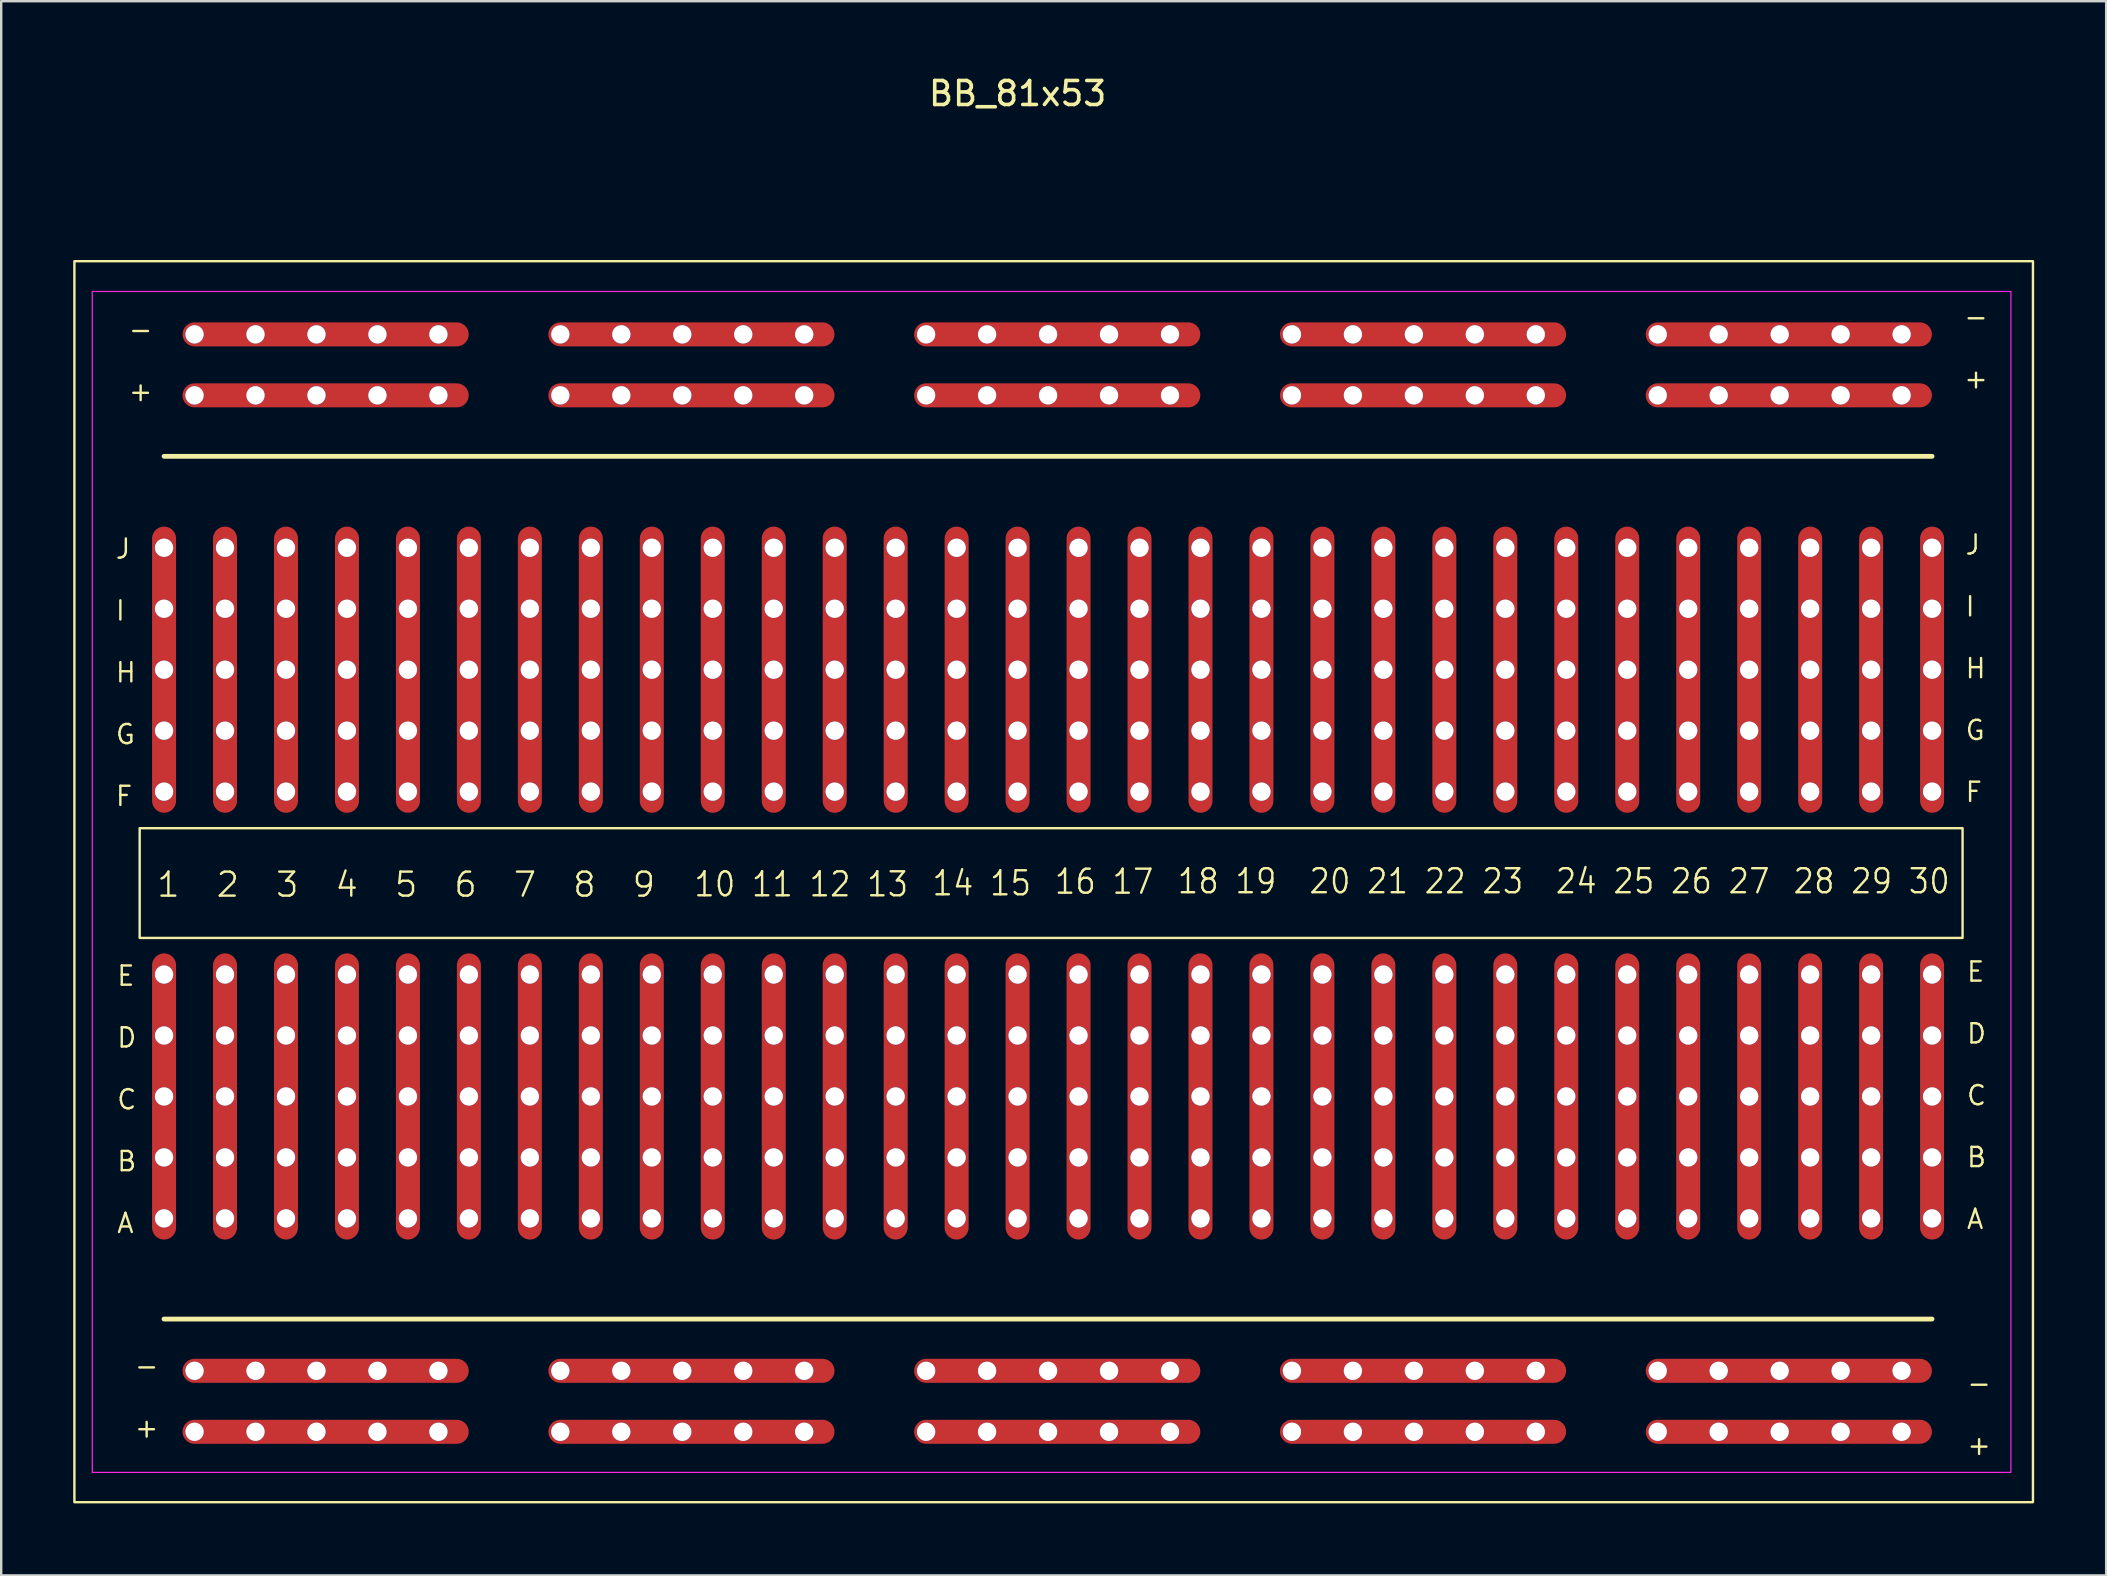
<source format=kicad_pcb>
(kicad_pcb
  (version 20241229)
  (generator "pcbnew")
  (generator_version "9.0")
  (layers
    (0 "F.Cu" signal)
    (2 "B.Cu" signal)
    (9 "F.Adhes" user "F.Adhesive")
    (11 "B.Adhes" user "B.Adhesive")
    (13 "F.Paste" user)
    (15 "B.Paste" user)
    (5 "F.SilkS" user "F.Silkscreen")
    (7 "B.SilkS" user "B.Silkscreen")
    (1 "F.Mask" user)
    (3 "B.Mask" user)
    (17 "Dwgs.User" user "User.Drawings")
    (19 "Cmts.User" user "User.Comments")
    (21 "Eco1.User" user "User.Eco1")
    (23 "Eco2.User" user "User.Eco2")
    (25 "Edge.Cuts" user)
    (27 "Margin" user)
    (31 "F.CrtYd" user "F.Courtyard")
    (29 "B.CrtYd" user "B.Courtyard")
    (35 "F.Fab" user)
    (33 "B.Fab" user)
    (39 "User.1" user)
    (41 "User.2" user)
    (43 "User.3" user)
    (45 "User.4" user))
  (footprint "BB_81x53"
    (layer "F.Cu")
    (at 3.785 19.771)
    (property "Reference" "BB_81x53" (at 35.56 -18.923 0) (layer "F.SilkS") (effects (font (size 1 1) (thickness 0.15))))
    (attr through_hole)
    (fp_line (start 0 -0.381) (end 0 10.541) (stroke (width 1) (type default)) (layer "F.Cu"))
    (fp_line (start 0 17.399) (end 0 28.321) (stroke (width 1) (type default)) (layer "F.Cu"))
    (fp_line (start 1.27 -8.89) (end 12.192 -8.89) (stroke (width 1) (type default)) (layer "F.Cu"))
    (fp_line (start 1.27 -6.35) (end 12.192 -6.35) (stroke (width 1) (type default)) (layer "F.Cu"))
    (fp_line (start 1.27 34.29) (end 12.192 34.29) (stroke (width 1) (type default)) (layer "F.Cu"))
    (fp_line (start 1.27 36.83) (end 12.192 36.83) (stroke (width 1) (type default)) (layer "F.Cu"))
    (fp_line (start 2.54 -0.381) (end 2.54 10.541) (stroke (width 1) (type default)) (layer "F.Cu"))
    (fp_line (start 2.54 17.399) (end 2.54 28.321) (stroke (width 1) (type default)) (layer "F.Cu"))
    (fp_line (start 5.08 -0.381) (end 5.08 10.541) (stroke (width 1) (type default)) (layer "F.Cu"))
    (fp_line (start 5.08 17.399) (end 5.08 28.321) (stroke (width 1) (type default)) (layer "F.Cu"))
    (fp_line (start 7.62 -0.381) (end 7.62 10.541) (stroke (width 1) (type default)) (layer "F.Cu"))
    (fp_line (start 7.62 17.399) (end 7.62 28.321) (stroke (width 1) (type default)) (layer "F.Cu"))
    (fp_line (start 10.16 -0.381) (end 10.16 10.541) (stroke (width 1) (type default)) (layer "F.Cu"))
    (fp_line (start 10.16 17.399) (end 10.16 28.321) (stroke (width 1) (type default)) (layer "F.Cu"))
    (fp_line (start 12.7 -0.381) (end 12.7 10.541) (stroke (width 1) (type default)) (layer "F.Cu"))
    (fp_line (start 12.7 17.399) (end 12.7 28.321) (stroke (width 1) (type default)) (layer "F.Cu"))
    (fp_line (start 15.24 -0.381) (end 15.24 10.541) (stroke (width 1) (type default)) (layer "F.Cu"))
    (fp_line (start 15.24 17.399) (end 15.24 28.321) (stroke (width 1) (type default)) (layer "F.Cu"))
    (fp_line (start 16.51 -8.89) (end 27.432 -8.89) (stroke (width 1) (type default)) (layer "F.Cu"))
    (fp_line (start 16.51 -6.35) (end 27.432 -6.35) (stroke (width 1) (type default)) (layer "F.Cu"))
    (fp_line (start 16.51 34.29) (end 27.432 34.29) (stroke (width 1) (type default)) (layer "F.Cu"))
    (fp_line (start 16.51 36.83) (end 27.432 36.83) (stroke (width 1) (type default)) (layer "F.Cu"))
    (fp_line (start 17.78 -0.381) (end 17.78 10.541) (stroke (width 1) (type default)) (layer "F.Cu"))
    (fp_line (start 17.78 17.399) (end 17.78 28.321) (stroke (width 1) (type default)) (layer "F.Cu"))
    (fp_line (start 20.32 -0.381) (end 20.32 10.541) (stroke (width 1) (type default)) (layer "F.Cu"))
    (fp_line (start 20.32 17.399) (end 20.32 28.321) (stroke (width 1) (type default)) (layer "F.Cu"))
    (fp_line (start 22.86 -0.381) (end 22.86 10.541) (stroke (width 1) (type default)) (layer "F.Cu"))
    (fp_line (start 22.86 17.399) (end 22.86 28.321) (stroke (width 1) (type default)) (layer "F.Cu"))
    (fp_line (start 25.4 -0.381) (end 25.4 10.541) (stroke (width 1) (type default)) (layer "F.Cu"))
    (fp_line (start 25.4 17.399) (end 25.4 28.321) (stroke (width 1) (type default)) (layer "F.Cu"))
    (fp_line (start 27.94 -0.381) (end 27.94 10.541) (stroke (width 1) (type default)) (layer "F.Cu"))
    (fp_line (start 27.94 17.399) (end 27.94 28.321) (stroke (width 1) (type default)) (layer "F.Cu"))
    (fp_line (start 30.48 -0.381) (end 30.48 10.541) (stroke (width 1) (type default)) (layer "F.Cu"))
    (fp_line (start 30.48 17.399) (end 30.48 28.321) (stroke (width 1) (type default)) (layer "F.Cu"))
    (fp_line (start 31.75 -8.89) (end 42.672 -8.89) (stroke (width 1) (type default)) (layer "F.Cu"))
    (fp_line (start 31.75 -6.35) (end 42.672 -6.35) (stroke (width 1) (type default)) (layer "F.Cu"))
    (fp_line (start 31.75 34.29) (end 42.672 34.29) (stroke (width 1) (type default)) (layer "F.Cu"))
    (fp_line (start 31.75 36.83) (end 42.672 36.83) (stroke (width 1) (type default)) (layer "F.Cu"))
    (fp_line (start 33.02 -0.381) (end 33.02 10.541) (stroke (width 1) (type default)) (layer "F.Cu"))
    (fp_line (start 33.02 17.399) (end 33.02 28.321) (stroke (width 1) (type default)) (layer "F.Cu"))
    (fp_line (start 35.56 -0.381) (end 35.56 10.541) (stroke (width 1) (type default)) (layer "F.Cu"))
    (fp_line (start 35.56 17.399) (end 35.56 28.321) (stroke (width 1) (type default)) (layer "F.Cu"))
    (fp_line (start 38.1 -0.381) (end 38.1 10.541) (stroke (width 1) (type default)) (layer "F.Cu"))
    (fp_line (start 38.1 17.399) (end 38.1 28.321) (stroke (width 1) (type default)) (layer "F.Cu"))
    (fp_line (start 40.64 -0.381) (end 40.64 10.541) (stroke (width 1) (type default)) (layer "F.Cu"))
    (fp_line (start 40.64 17.399) (end 40.64 28.321) (stroke (width 1) (type default)) (layer "F.Cu"))
    (fp_line (start 43.18 -0.381) (end 43.18 10.541) (stroke (width 1) (type default)) (layer "F.Cu"))
    (fp_line (start 43.18 17.399) (end 43.18 28.321) (stroke (width 1) (type default)) (layer "F.Cu"))
    (fp_line (start 45.72 -0.381) (end 45.72 10.541) (stroke (width 1) (type default)) (layer "F.Cu"))
    (fp_line (start 45.72 17.399) (end 45.72 28.321) (stroke (width 1) (type default)) (layer "F.Cu"))
    (fp_line (start 46.99 -8.89) (end 57.912 -8.89) (stroke (width 1) (type default)) (layer "F.Cu"))
    (fp_line (start 46.99 -6.35) (end 57.912 -6.35) (stroke (width 1) (type default)) (layer "F.Cu"))
    (fp_line (start 46.99 34.29) (end 57.912 34.29) (stroke (width 1) (type default)) (layer "F.Cu"))
    (fp_line (start 46.99 36.83) (end 57.912 36.83) (stroke (width 1) (type default)) (layer "F.Cu"))
    (fp_line (start 48.26 -0.381) (end 48.26 10.541) (stroke (width 1) (type default)) (layer "F.Cu"))
    (fp_line (start 48.26 17.399) (end 48.26 28.321) (stroke (width 1) (type default)) (layer "F.Cu"))
    (fp_line (start 50.8 -0.381) (end 50.8 10.541) (stroke (width 1) (type default)) (layer "F.Cu"))
    (fp_line (start 50.8 17.399) (end 50.8 28.321) (stroke (width 1) (type default)) (layer "F.Cu"))
    (fp_line (start 53.34 -0.381) (end 53.34 10.541) (stroke (width 1) (type default)) (layer "F.Cu"))
    (fp_line (start 53.34 17.399) (end 53.34 28.321) (stroke (width 1) (type default)) (layer "F.Cu"))
    (fp_line (start 55.88 -0.381) (end 55.88 10.541) (stroke (width 1) (type default)) (layer "F.Cu"))
    (fp_line (start 55.88 17.399) (end 55.88 28.321) (stroke (width 1) (type default)) (layer "F.Cu"))
    (fp_line (start 58.42 -0.381) (end 58.42 10.541) (stroke (width 1) (type default)) (layer "F.Cu"))
    (fp_line (start 58.42 17.399) (end 58.42 28.321) (stroke (width 1) (type default)) (layer "F.Cu"))
    (fp_line (start 60.96 -0.381) (end 60.96 10.541) (stroke (width 1) (type default)) (layer "F.Cu"))
    (fp_line (start 60.96 17.399) (end 60.96 28.321) (stroke (width 1) (type default)) (layer "F.Cu"))
    (fp_line (start 62.23 -8.89) (end 73.152 -8.89) (stroke (width 1) (type default)) (layer "F.Cu"))
    (fp_line (start 62.23 -6.35) (end 73.152 -6.35) (stroke (width 1) (type default)) (layer "F.Cu"))
    (fp_line (start 62.23 34.29) (end 73.152 34.29) (stroke (width 1) (type default)) (layer "F.Cu"))
    (fp_line (start 62.23 36.83) (end 73.152 36.83) (stroke (width 1) (type default)) (layer "F.Cu"))
    (fp_line (start 63.5 -0.381) (end 63.5 10.541) (stroke (width 1) (type default)) (layer "F.Cu"))
    (fp_line (start 63.5 17.399) (end 63.5 28.321) (stroke (width 1) (type default)) (layer "F.Cu"))
    (fp_line (start 66.04 -0.381) (end 66.04 10.541) (stroke (width 1) (type default)) (layer "F.Cu"))
    (fp_line (start 66.04 17.399) (end 66.04 28.321) (stroke (width 1) (type default)) (layer "F.Cu"))
    (fp_line (start 68.58 -0.381) (end 68.58 10.541) (stroke (width 1) (type default)) (layer "F.Cu"))
    (fp_line (start 68.58 17.399) (end 68.58 28.321) (stroke (width 1) (type default)) (layer "F.Cu"))
    (fp_line (start 71.12 -0.381) (end 71.12 10.541) (stroke (width 1) (type default)) (layer "F.Cu"))
    (fp_line (start 71.12 17.399) (end 71.12 28.321) (stroke (width 1) (type default)) (layer "F.Cu"))
    (fp_line (start 73.66 -0.381) (end 73.66 10.541) (stroke (width 1) (type default)) (layer "F.Cu"))
    (fp_line (start 73.66 17.399) (end 73.66 28.321) (stroke (width 1) (type default)) (layer "F.Cu"))
    (fp_line (start -0.002 32.133) (end 73.658 32.133) (stroke (width 0.2) (type default)) (layer "F.SilkS"))
    (fp_line (start 0 -3.81) (end 73.66 -3.81) (stroke (width 0.2) (type default)) (layer "F.SilkS"))
    (fp_rect (start -3.735 -11.938) (end 77.863 39.763) (stroke (width 0.1) (type default)) (fill no) (layer "F.SilkS"))
    (fp_rect (start -1.016 11.684) (end 74.93 16.256) (stroke (width 0.1) (type default)) (fill no) (layer "F.SilkS"))
    (fp_rect (start -2.991 -10.677) (end 76.944 38.523) (stroke (width 0.05) (type default)) (fill no) (layer "F.CrtYd"))
    (fp_text user "16 17" (at 37.042 14.497 0) (unlocked yes) (layer "F.SilkS") (effects (font (size 1 0.9) (thickness 0.1)) (justify left bottom)))
    (fp_text user "18 19  20 21 22 23" (at 42.164 14.478 0) (unlocked yes) (layer "F.SilkS") (effects (font (size 1 0.9) (thickness 0.1)) (justify left bottom)))
    (fp_text user "14 15" (at 31.943 14.564 0) (unlocked yes) (layer "F.SilkS") (effects (font (size 1 0.9) (thickness 0.1)) (justify left bottom)))
    (fp_text user "28 29 30" (at 67.818 14.478 0) (unlocked yes) (layer "F.SilkS") (effects (font (size 1 0.9) (thickness 0.1)) (justify left bottom)))
    (fp_text user "24 25 26 27" (at 57.912 14.478 0) (unlocked yes) (layer "F.SilkS") (effects (font (size 1 0.9) (thickness 0.1)) (justify left bottom)))
    (fp_text user "1  2  3  4  5  6  7  8  9" (at -0.362 14.62 0) (unlocked yes) (layer "F.SilkS") (effects (font (size 1 1) (thickness 0.1)) (justify left bottom)))
    (fp_text user "10 11 12 13" (at 22.021 14.605 0) (unlocked yes) (layer "F.SilkS") (effects (font (size 1 0.9) (thickness 0.1)) (justify left bottom)))
    (fp_text_box "-\n\n+\n" (start -2.137 -10.16) (end 0.403 -5.08) (margins 0.6 0.6 0.6 0.6) (layer "F.SilkS") (effects (font (size 0.8 0.8) (thickness 0.1)) (justify left top)) (border no) (stroke (width -0.000001) (type solid)))
    (fp_text_box "-\n\n+\n" (start -1.886 33.02) (end 0.654 38.1) (margins 0.6 0.6 0.6 0.6) (layer "F.SilkS") (effects (font (size 0.8 0.8) (thickness 0.1)) (justify left top)) (border no) (stroke (width -0.000001) (type solid)))
    (fp_text_box "-\n\n+\n" (start 74.457 33.743) (end 76.997 38.823) (margins 0.6 0.6 0.6 0.6) (layer "F.SilkS") (effects (font (size 0.8 0.8) (thickness 0.1)) (justify left top)) (border no) (stroke (width -0.000001) (type solid)))
    (fp_text_box "E\n\nD\n\nC\n\nB\n\nA\n" (start -2.619 16.769) (end -0.079 29.469) (margins 0.6 0.6 0.6 0.6) (layer "F.SilkS") (effects (font (size 0.8 0.8) (thickness 0.1)) (justify left top)) (border no) (stroke (width -0.000001) (type solid)))
    (fp_text_box "J\n\nI\n\nH\n\nG\n\nF\n" (start 74.388 -1.192) (end 76.928 11.508) (margins 0.6 0.6 0.6 0.6) (layer "F.SilkS") (effects (font (size 0.8 0.8) (thickness 0.1)) (justify left top)) (border no) (stroke (width -0.000001) (type solid)))
    (fp_text_box "-\n\n+\n" (start 74.329 -10.69) (end 76.869 -5.61) (margins 0.6 0.6 0.6 0.6) (layer "F.SilkS") (effects (font (size 0.8 0.8) (thickness 0.1)) (justify left top)) (border no) (stroke (width -0.000001) (type solid)))
    (fp_text_box "J\n\nI\n\nH\n\nG\n\nF\n" (start -2.677 -1.021) (end -0.137 11.679) (margins 0.6 0.6 0.6 0.6) (layer "F.SilkS") (effects (font (size 0.8 0.8) (thickness 0.1)) (justify left top)) (border no) (stroke (width -0.000001) (type solid)))
    (fp_text_box "E\n\nD\n\nC\n\nB\n\nA\n" (start 74.446 16.599) (end 76.986 29.299) (margins 0.6 0.6 0.6 0.6) (layer "F.SilkS") (effects (font (size 0.8 0.8) (thickness 0.1)) (justify left top)) (border no) (stroke (width -0.000001) (type solid)))
    (pad "1" thru_hole circle (at 0 0) (size 0.762 0.762) (drill 0.762) (layers "*.Cu" "*.Mask"))
    (pad "1" thru_hole circle (at 0 2.54) (size 0.762 0.762) (drill 0.762) (layers "*.Cu" "*.Mask"))
    (pad "1" thru_hole circle (at 0 5.08) (size 0.762 0.762) (drill 0.762) (layers "*.Cu" "*.Mask"))
    (pad "1" thru_hole circle (at 0 7.62) (size 0.762 0.762) (drill 0.762) (layers "*.Cu" "*.Mask"))
    (pad "1" thru_hole circle (at 0 10.16) (size 0.762 0.762) (drill 0.762) (layers "*.Cu" "*.Mask"))
    (pad "2" thru_hole circle (at 2.54 0) (size 0.762 0.762) (drill 0.762) (layers "*.Cu" "*.Mask"))
    (pad "2" thru_hole circle (at 2.54 2.54) (size 0.762 0.762) (drill 0.762) (layers "*.Cu" "*.Mask"))
    (pad "2" thru_hole circle (at 2.54 5.08) (size 0.762 0.762) (drill 0.762) (layers "*.Cu" "*.Mask"))
    (pad "2" thru_hole circle (at 2.54 7.62) (size 0.762 0.762) (drill 0.762) (layers "*.Cu" "*.Mask"))
    (pad "2" thru_hole circle (at 2.54 10.16) (size 0.762 0.762) (drill 0.762) (layers "*.Cu" "*.Mask"))
    (pad "3" thru_hole circle (at 5.08 0) (size 0.762 0.762) (drill 0.762) (layers "*.Cu" "*.Mask"))
    (pad "3" thru_hole circle (at 5.08 2.54) (size 0.762 0.762) (drill 0.762) (layers "*.Cu" "*.Mask"))
    (pad "3" thru_hole circle (at 5.08 5.08) (size 0.762 0.762) (drill 0.762) (layers "*.Cu" "*.Mask"))
    (pad "3" thru_hole circle (at 5.08 7.62) (size 0.762 0.762) (drill 0.762) (layers "*.Cu" "*.Mask"))
    (pad "3" thru_hole circle (at 5.08 10.16) (size 0.762 0.762) (drill 0.762) (layers "*.Cu" "*.Mask"))
    (pad "4" thru_hole circle (at 7.62 0) (size 0.762 0.762) (drill 0.762) (layers "*.Cu" "*.Mask"))
    (pad "4" thru_hole circle (at 7.62 2.54) (size 0.762 0.762) (drill 0.762) (layers "*.Cu" "*.Mask"))
    (pad "4" thru_hole circle (at 7.62 5.08) (size 0.762 0.762) (drill 0.762) (layers "*.Cu" "*.Mask"))
    (pad "4" thru_hole circle (at 7.62 7.62) (size 0.762 0.762) (drill 0.762) (layers "*.Cu" "*.Mask"))
    (pad "4" thru_hole circle (at 7.62 10.16) (size 0.762 0.762) (drill 0.762) (layers "*.Cu" "*.Mask"))
    (pad "5" thru_hole circle (at 10.16 0) (size 0.762 0.762) (drill 0.762) (layers "*.Cu" "*.Mask"))
    (pad "5" thru_hole circle (at 10.16 2.54) (size 0.762 0.762) (drill 0.762) (layers "*.Cu" "*.Mask"))
    (pad "5" thru_hole circle (at 10.16 5.08) (size 0.762 0.762) (drill 0.762) (layers "*.Cu" "*.Mask"))
    (pad "5" thru_hole circle (at 10.16 7.62) (size 0.762 0.762) (drill 0.762) (layers "*.Cu" "*.Mask"))
    (pad "5" thru_hole circle (at 10.16 10.16) (size 0.762 0.762) (drill 0.762) (layers "*.Cu" "*.Mask"))
    (pad "6" thru_hole circle (at 12.7 0) (size 0.762 0.762) (drill 0.762) (layers "*.Cu" "*.Mask"))
    (pad "6" thru_hole circle (at 12.7 2.54) (size 0.762 0.762) (drill 0.762) (layers "*.Cu" "*.Mask"))
    (pad "6" thru_hole circle (at 12.7 5.08) (size 0.762 0.762) (drill 0.762) (layers "*.Cu" "*.Mask"))
    (pad "6" thru_hole circle (at 12.7 7.62) (size 0.762 0.762) (drill 0.762) (layers "*.Cu" "*.Mask"))
    (pad "6" thru_hole circle (at 12.7 10.16) (size 0.762 0.762) (drill 0.762) (layers "*.Cu" "*.Mask"))
    (pad "7" thru_hole circle (at 15.24 0) (size 0.762 0.762) (drill 0.762) (layers "*.Cu" "*.Mask"))
    (pad "7" thru_hole circle (at 15.24 2.54) (size 0.762 0.762) (drill 0.762) (layers "*.Cu" "*.Mask"))
    (pad "7" thru_hole circle (at 15.24 5.08) (size 0.762 0.762) (drill 0.762) (layers "*.Cu" "*.Mask"))
    (pad "7" thru_hole circle (at 15.24 7.62) (size 0.762 0.762) (drill 0.762) (layers "*.Cu" "*.Mask"))
    (pad "7" thru_hole circle (at 15.24 10.16) (size 0.762 0.762) (drill 0.762) (layers "*.Cu" "*.Mask"))
    (pad "8" thru_hole circle (at 17.78 0) (size 0.762 0.762) (drill 0.762) (layers "*.Cu" "*.Mask"))
    (pad "8" thru_hole circle (at 17.78 2.54) (size 0.762 0.762) (drill 0.762) (layers "*.Cu" "*.Mask"))
    (pad "8" thru_hole circle (at 17.78 5.08) (size 0.762 0.762) (drill 0.762) (layers "*.Cu" "*.Mask"))
    (pad "8" thru_hole circle (at 17.78 7.62) (size 0.762 0.762) (drill 0.762) (layers "*.Cu" "*.Mask"))
    (pad "8" thru_hole circle (at 17.78 10.16) (size 0.762 0.762) (drill 0.762) (layers "*.Cu" "*.Mask"))
    (pad "9" thru_hole circle (at 20.32 0) (size 0.762 0.762) (drill 0.762) (layers "*.Cu" "*.Mask"))
    (pad "9" thru_hole circle (at 20.32 2.54) (size 0.762 0.762) (drill 0.762) (layers "*.Cu" "*.Mask"))
    (pad "9" thru_hole circle (at 20.32 5.08) (size 0.762 0.762) (drill 0.762) (layers "*.Cu" "*.Mask"))
    (pad "9" thru_hole circle (at 20.32 7.62) (size 0.762 0.762) (drill 0.762) (layers "*.Cu" "*.Mask"))
    (pad "9" thru_hole circle (at 20.32 10.16) (size 0.762 0.762) (drill 0.762) (layers "*.Cu" "*.Mask"))
    (pad "10" thru_hole circle (at 22.86 0) (size 0.762 0.762) (drill 0.762) (layers "*.Cu" "*.Mask"))
    (pad "10" thru_hole circle (at 22.86 2.54) (size 0.762 0.762) (drill 0.762) (layers "*.Cu" "*.Mask"))
    (pad "10" thru_hole circle (at 22.86 5.08) (size 0.762 0.762) (drill 0.762) (layers "*.Cu" "*.Mask"))
    (pad "10" thru_hole circle (at 22.86 7.62) (size 0.762 0.762) (drill 0.762) (layers "*.Cu" "*.Mask"))
    (pad "10" thru_hole circle (at 22.86 10.16) (size 0.762 0.762) (drill 0.762) (layers "*.Cu" "*.Mask"))
    (pad "11" thru_hole circle (at 25.4 0) (size 0.762 0.762) (drill 0.762) (layers "*.Cu" "*.Mask"))
    (pad "11" thru_hole circle (at 25.4 2.54) (size 0.762 0.762) (drill 0.762) (layers "*.Cu" "*.Mask"))
    (pad "11" thru_hole circle (at 25.4 5.08) (size 0.762 0.762) (drill 0.762) (layers "*.Cu" "*.Mask"))
    (pad "11" thru_hole circle (at 25.4 7.62) (size 0.762 0.762) (drill 0.762) (layers "*.Cu" "*.Mask"))
    (pad "11" thru_hole circle (at 25.4 10.16) (size 0.762 0.762) (drill 0.762) (layers "*.Cu" "*.Mask"))
    (pad "12" thru_hole circle (at 27.94 0) (size 0.762 0.762) (drill 0.762) (layers "*.Cu" "*.Mask"))
    (pad "12" thru_hole circle (at 27.94 2.54) (size 0.762 0.762) (drill 0.762) (layers "*.Cu" "*.Mask"))
    (pad "12" thru_hole circle (at 27.94 5.08) (size 0.762 0.762) (drill 0.762) (layers "*.Cu" "*.Mask"))
    (pad "12" thru_hole circle (at 27.94 7.62) (size 0.762 0.762) (drill 0.762) (layers "*.Cu" "*.Mask"))
    (pad "12" thru_hole circle (at 27.94 10.16) (size 0.762 0.762) (drill 0.762) (layers "*.Cu" "*.Mask"))
    (pad "13" thru_hole circle (at 30.48 0) (size 0.762 0.762) (drill 0.762) (layers "*.Cu" "*.Mask"))
    (pad "13" thru_hole circle (at 30.48 2.54) (size 0.762 0.762) (drill 0.762) (layers "*.Cu" "*.Mask"))
    (pad "13" thru_hole circle (at 30.48 5.08) (size 0.762 0.762) (drill 0.762) (layers "*.Cu" "*.Mask"))
    (pad "13" thru_hole circle (at 30.48 7.62) (size 0.762 0.762) (drill 0.762) (layers "*.Cu" "*.Mask"))
    (pad "13" thru_hole circle (at 30.48 10.16) (size 0.762 0.762) (drill 0.762) (layers "*.Cu" "*.Mask"))
    (pad "14" thru_hole circle (at 33.02 0) (size 0.762 0.762) (drill 0.762) (layers "*.Cu" "*.Mask"))
    (pad "14" thru_hole circle (at 33.02 2.54) (size 0.762 0.762) (drill 0.762) (layers "*.Cu" "*.Mask"))
    (pad "14" thru_hole circle (at 33.02 5.08) (size 0.762 0.762) (drill 0.762) (layers "*.Cu" "*.Mask"))
    (pad "14" thru_hole circle (at 33.02 7.62) (size 0.762 0.762) (drill 0.762) (layers "*.Cu" "*.Mask"))
    (pad "14" thru_hole circle (at 33.02 10.16) (size 0.762 0.762) (drill 0.762) (layers "*.Cu" "*.Mask"))
    (pad "15" thru_hole circle (at 35.56 0) (size 0.762 0.762) (drill 0.762) (layers "*.Cu" "*.Mask"))
    (pad "15" thru_hole circle (at 35.56 2.54) (size 0.762 0.762) (drill 0.762) (layers "*.Cu" "*.Mask"))
    (pad "15" thru_hole circle (at 35.56 5.08) (size 0.762 0.762) (drill 0.762) (layers "*.Cu" "*.Mask"))
    (pad "15" thru_hole circle (at 35.56 7.62) (size 0.762 0.762) (drill 0.762) (layers "*.Cu" "*.Mask"))
    (pad "15" thru_hole circle (at 35.56 10.16) (size 0.762 0.762) (drill 0.762) (layers "*.Cu" "*.Mask"))
    (pad "16" thru_hole circle (at 38.1 0) (size 0.762 0.762) (drill 0.762) (layers "*.Cu" "*.Mask"))
    (pad "16" thru_hole circle (at 38.1 2.54) (size 0.762 0.762) (drill 0.762) (layers "*.Cu" "*.Mask"))
    (pad "16" thru_hole circle (at 38.1 5.08) (size 0.762 0.762) (drill 0.762) (layers "*.Cu" "*.Mask"))
    (pad "16" thru_hole circle (at 38.1 7.62) (size 0.762 0.762) (drill 0.762) (layers "*.Cu" "*.Mask"))
    (pad "16" thru_hole circle (at 38.1 10.16) (size 0.762 0.762) (drill 0.762) (layers "*.Cu" "*.Mask"))
    (pad "17" thru_hole circle (at 40.64 0) (size 0.762 0.762) (drill 0.762) (layers "*.Cu" "*.Mask"))
    (pad "17" thru_hole circle (at 40.64 2.54) (size 0.762 0.762) (drill 0.762) (layers "*.Cu" "*.Mask"))
    (pad "17" thru_hole circle (at 40.64 5.08) (size 0.762 0.762) (drill 0.762) (layers "*.Cu" "*.Mask"))
    (pad "17" thru_hole circle (at 40.64 7.62) (size 0.762 0.762) (drill 0.762) (layers "*.Cu" "*.Mask"))
    (pad "17" thru_hole circle (at 40.64 10.16) (size 0.762 0.762) (drill 0.762) (layers "*.Cu" "*.Mask"))
    (pad "18" thru_hole circle (at 43.18 0) (size 0.762 0.762) (drill 0.762) (layers "*.Cu" "*.Mask"))
    (pad "18" thru_hole circle (at 43.18 2.54) (size 0.762 0.762) (drill 0.762) (layers "*.Cu" "*.Mask"))
    (pad "18" thru_hole circle (at 43.18 5.08) (size 0.762 0.762) (drill 0.762) (layers "*.Cu" "*.Mask"))
    (pad "18" thru_hole circle (at 43.18 7.62) (size 0.762 0.762) (drill 0.762) (layers "*.Cu" "*.Mask"))
    (pad "18" thru_hole circle (at 43.18 10.16) (size 0.762 0.762) (drill 0.762) (layers "*.Cu" "*.Mask"))
    (pad "19" thru_hole circle (at 45.72 0) (size 0.762 0.762) (drill 0.762) (layers "*.Cu" "*.Mask"))
    (pad "19" thru_hole circle (at 45.72 2.54) (size 0.762 0.762) (drill 0.762) (layers "*.Cu" "*.Mask"))
    (pad "19" thru_hole circle (at 45.72 5.08) (size 0.762 0.762) (drill 0.762) (layers "*.Cu" "*.Mask"))
    (pad "19" thru_hole circle (at 45.72 7.62) (size 0.762 0.762) (drill 0.762) (layers "*.Cu" "*.Mask"))
    (pad "19" thru_hole circle (at 45.72 10.16) (size 0.762 0.762) (drill 0.762) (layers "*.Cu" "*.Mask"))
    (pad "20" thru_hole circle (at 48.26 0) (size 0.762 0.762) (drill 0.762) (layers "*.Cu" "*.Mask"))
    (pad "20" thru_hole circle (at 48.26 2.54) (size 0.762 0.762) (drill 0.762) (layers "*.Cu" "*.Mask"))
    (pad "20" thru_hole circle (at 48.26 5.08) (size 0.762 0.762) (drill 0.762) (layers "*.Cu" "*.Mask"))
    (pad "20" thru_hole circle (at 48.26 7.62) (size 0.762 0.762) (drill 0.762) (layers "*.Cu" "*.Mask"))
    (pad "20" thru_hole circle (at 48.26 10.16) (size 0.762 0.762) (drill 0.762) (layers "*.Cu" "*.Mask"))
    (pad "21" thru_hole circle (at 50.8 0) (size 0.762 0.762) (drill 0.762) (layers "*.Cu" "*.Mask"))
    (pad "21" thru_hole circle (at 50.8 2.54) (size 0.762 0.762) (drill 0.762) (layers "*.Cu" "*.Mask"))
    (pad "21" thru_hole circle (at 50.8 5.08) (size 0.762 0.762) (drill 0.762) (layers "*.Cu" "*.Mask"))
    (pad "21" thru_hole circle (at 50.8 7.62) (size 0.762 0.762) (drill 0.762) (layers "*.Cu" "*.Mask"))
    (pad "21" thru_hole circle (at 50.8 10.16) (size 0.762 0.762) (drill 0.762) (layers "*.Cu" "*.Mask"))
    (pad "22" thru_hole circle (at 53.34 0) (size 0.762 0.762) (drill 0.762) (layers "*.Cu" "*.Mask"))
    (pad "22" thru_hole circle (at 53.34 2.54) (size 0.762 0.762) (drill 0.762) (layers "*.Cu" "*.Mask"))
    (pad "22" thru_hole circle (at 53.34 5.08) (size 0.762 0.762) (drill 0.762) (layers "*.Cu" "*.Mask"))
    (pad "22" thru_hole circle (at 53.34 7.62) (size 0.762 0.762) (drill 0.762) (layers "*.Cu" "*.Mask"))
    (pad "22" thru_hole circle (at 53.34 10.16) (size 0.762 0.762) (drill 0.762) (layers "*.Cu" "*.Mask"))
    (pad "23" thru_hole circle (at 55.88 0) (size 0.762 0.762) (drill 0.762) (layers "*.Cu" "*.Mask"))
    (pad "23" thru_hole circle (at 55.88 2.54) (size 0.762 0.762) (drill 0.762) (layers "*.Cu" "*.Mask"))
    (pad "23" thru_hole circle (at 55.88 5.08) (size 0.762 0.762) (drill 0.762) (layers "*.Cu" "*.Mask"))
    (pad "23" thru_hole circle (at 55.88 7.62) (size 0.762 0.762) (drill 0.762) (layers "*.Cu" "*.Mask"))
    (pad "23" thru_hole circle (at 55.88 10.16) (size 0.762 0.762) (drill 0.762) (layers "*.Cu" "*.Mask"))
    (pad "24" thru_hole circle (at 58.42 0) (size 0.762 0.762) (drill 0.762) (layers "*.Cu" "*.Mask"))
    (pad "24" thru_hole circle (at 58.42 2.54) (size 0.762 0.762) (drill 0.762) (layers "*.Cu" "*.Mask"))
    (pad "24" thru_hole circle (at 58.42 5.08) (size 0.762 0.762) (drill 0.762) (layers "*.Cu" "*.Mask"))
    (pad "24" thru_hole circle (at 58.42 7.62) (size 0.762 0.762) (drill 0.762) (layers "*.Cu" "*.Mask"))
    (pad "24" thru_hole circle (at 58.42 10.16) (size 0.762 0.762) (drill 0.762) (layers "*.Cu" "*.Mask"))
    (pad "25" thru_hole circle (at 60.96 0) (size 0.762 0.762) (drill 0.762) (layers "*.Cu" "*.Mask"))
    (pad "25" thru_hole circle (at 60.96 2.54) (size 0.762 0.762) (drill 0.762) (layers "*.Cu" "*.Mask"))
    (pad "25" thru_hole circle (at 60.96 5.08) (size 0.762 0.762) (drill 0.762) (layers "*.Cu" "*.Mask"))
    (pad "25" thru_hole circle (at 60.96 7.62) (size 0.762 0.762) (drill 0.762) (layers "*.Cu" "*.Mask"))
    (pad "25" thru_hole circle (at 60.96 10.16) (size 0.762 0.762) (drill 0.762) (layers "*.Cu" "*.Mask"))
    (pad "26" thru_hole circle (at 63.5 0) (size 0.762 0.762) (drill 0.762) (layers "*.Cu" "*.Mask"))
    (pad "26" thru_hole circle (at 63.5 2.54) (size 0.762 0.762) (drill 0.762) (layers "*.Cu" "*.Mask"))
    (pad "26" thru_hole circle (at 63.5 5.08) (size 0.762 0.762) (drill 0.762) (layers "*.Cu" "*.Mask"))
    (pad "26" thru_hole circle (at 63.5 7.62) (size 0.762 0.762) (drill 0.762) (layers "*.Cu" "*.Mask"))
    (pad "26" thru_hole circle (at 63.5 10.16) (size 0.762 0.762) (drill 0.762) (layers "*.Cu" "*.Mask"))
    (pad "27" thru_hole circle (at 66.04 0) (size 0.762 0.762) (drill 0.762) (layers "*.Cu" "*.Mask"))
    (pad "27" thru_hole circle (at 66.04 2.54) (size 0.762 0.762) (drill 0.762) (layers "*.Cu" "*.Mask"))
    (pad "27" thru_hole circle (at 66.04 5.08) (size 0.762 0.762) (drill 0.762) (layers "*.Cu" "*.Mask"))
    (pad "27" thru_hole circle (at 66.04 7.62) (size 0.762 0.762) (drill 0.762) (layers "*.Cu" "*.Mask"))
    (pad "27" thru_hole circle (at 66.04 10.16) (size 0.762 0.762) (drill 0.762) (layers "*.Cu" "*.Mask"))
    (pad "28" thru_hole circle (at 68.58 0) (size 0.762 0.762) (drill 0.762) (layers "*.Cu" "*.Mask"))
    (pad "28" thru_hole circle (at 68.58 2.54) (size 0.762 0.762) (drill 0.762) (layers "*.Cu" "*.Mask"))
    (pad "28" thru_hole circle (at 68.58 5.08) (size 0.762 0.762) (drill 0.762) (layers "*.Cu" "*.Mask"))
    (pad "28" thru_hole circle (at 68.58 7.62) (size 0.762 0.762) (drill 0.762) (layers "*.Cu" "*.Mask"))
    (pad "28" thru_hole circle (at 68.58 10.16) (size 0.762 0.762) (drill 0.762) (layers "*.Cu" "*.Mask"))
    (pad "29" thru_hole circle (at 71.12 0) (size 0.762 0.762) (drill 0.762) (layers "*.Cu" "*.Mask"))
    (pad "29" thru_hole circle (at 71.12 2.54) (size 0.762 0.762) (drill 0.762) (layers "*.Cu" "*.Mask"))
    (pad "29" thru_hole circle (at 71.12 5.08) (size 0.762 0.762) (drill 0.762) (layers "*.Cu" "*.Mask"))
    (pad "29" thru_hole circle (at 71.12 7.62) (size 0.762 0.762) (drill 0.762) (layers "*.Cu" "*.Mask"))
    (pad "29" thru_hole circle (at 71.12 10.16) (size 0.762 0.762) (drill 0.762) (layers "*.Cu" "*.Mask"))
    (pad "30" thru_hole circle (at 73.66 0) (size 0.762 0.762) (drill 0.762) (layers "*.Cu" "*.Mask"))
    (pad "30" thru_hole circle (at 73.66 2.54) (size 0.762 0.762) (drill 0.762) (layers "*.Cu" "*.Mask"))
    (pad "30" thru_hole circle (at 73.66 5.08) (size 0.762 0.762) (drill 0.762) (layers "*.Cu" "*.Mask"))
    (pad "30" thru_hole circle (at 73.66 7.62) (size 0.762 0.762) (drill 0.762) (layers "*.Cu" "*.Mask"))
    (pad "30" thru_hole circle (at 73.66 10.16) (size 0.762 0.762) (drill 0.762) (layers "*.Cu" "*.Mask"))
    (pad "31" thru_hole circle (at 0 17.78) (size 0.762 0.762) (drill 0.762) (layers "*.Cu" "*.Mask"))
    (pad "31" thru_hole circle (at 0 20.32) (size 0.762 0.762) (drill 0.762) (layers "*.Cu" "*.Mask"))
    (pad "31" thru_hole circle (at 0 22.86) (size 0.762 0.762) (drill 0.762) (layers "*.Cu" "*.Mask"))
    (pad "31" thru_hole circle (at 0 25.4) (size 0.762 0.762) (drill 0.762) (layers "*.Cu" "*.Mask"))
    (pad "31" thru_hole circle (at 0 27.94) (size 0.762 0.762) (drill 0.762) (layers "*.Cu" "*.Mask"))
    (pad "32" thru_hole circle (at 2.54 17.78) (size 0.762 0.762) (drill 0.762) (layers "*.Cu" "*.Mask"))
    (pad "32" thru_hole circle (at 2.54 20.32) (size 0.762 0.762) (drill 0.762) (layers "*.Cu" "*.Mask"))
    (pad "32" thru_hole circle (at 2.54 22.86) (size 0.762 0.762) (drill 0.762) (layers "*.Cu" "*.Mask"))
    (pad "32" thru_hole circle (at 2.54 25.4) (size 0.762 0.762) (drill 0.762) (layers "*.Cu" "*.Mask"))
    (pad "32" thru_hole circle (at 2.54 27.94) (size 0.762 0.762) (drill 0.762) (layers "*.Cu" "*.Mask"))
    (pad "33" thru_hole circle (at 5.08 17.78) (size 0.762 0.762) (drill 0.762) (layers "*.Cu" "*.Mask"))
    (pad "33" thru_hole circle (at 5.08 20.32) (size 0.762 0.762) (drill 0.762) (layers "*.Cu" "*.Mask"))
    (pad "33" thru_hole circle (at 5.08 22.86) (size 0.762 0.762) (drill 0.762) (layers "*.Cu" "*.Mask"))
    (pad "33" thru_hole circle (at 5.08 25.4) (size 0.762 0.762) (drill 0.762) (layers "*.Cu" "*.Mask"))
    (pad "33" thru_hole circle (at 5.08 27.94) (size 0.762 0.762) (drill 0.762) (layers "*.Cu" "*.Mask"))
    (pad "34" thru_hole circle (at 7.62 17.78) (size 0.762 0.762) (drill 0.762) (layers "*.Cu" "*.Mask"))
    (pad "34" thru_hole circle (at 7.62 20.32) (size 0.762 0.762) (drill 0.762) (layers "*.Cu" "*.Mask"))
    (pad "34" thru_hole circle (at 7.62 22.86) (size 0.762 0.762) (drill 0.762) (layers "*.Cu" "*.Mask"))
    (pad "34" thru_hole circle (at 7.62 25.4) (size 0.762 0.762) (drill 0.762) (layers "*.Cu" "*.Mask"))
    (pad "34" thru_hole circle (at 7.62 27.94) (size 0.762 0.762) (drill 0.762) (layers "*.Cu" "*.Mask"))
    (pad "35" thru_hole circle (at 10.16 17.78) (size 0.762 0.762) (drill 0.762) (layers "*.Cu" "*.Mask"))
    (pad "35" thru_hole circle (at 10.16 20.32) (size 0.762 0.762) (drill 0.762) (layers "*.Cu" "*.Mask"))
    (pad "35" thru_hole circle (at 10.16 22.86) (size 0.762 0.762) (drill 0.762) (layers "*.Cu" "*.Mask"))
    (pad "35" thru_hole circle (at 10.16 25.4) (size 0.762 0.762) (drill 0.762) (layers "*.Cu" "*.Mask"))
    (pad "35" thru_hole circle (at 10.16 27.94) (size 0.762 0.762) (drill 0.762) (layers "*.Cu" "*.Mask"))
    (pad "36" thru_hole circle (at 12.7 17.78) (size 0.762 0.762) (drill 0.762) (layers "*.Cu" "*.Mask"))
    (pad "36" thru_hole circle (at 12.7 20.32) (size 0.762 0.762) (drill 0.762) (layers "*.Cu" "*.Mask"))
    (pad "36" thru_hole circle (at 12.7 22.86) (size 0.762 0.762) (drill 0.762) (layers "*.Cu" "*.Mask"))
    (pad "36" thru_hole circle (at 12.7 25.4) (size 0.762 0.762) (drill 0.762) (layers "*.Cu" "*.Mask"))
    (pad "36" thru_hole circle (at 12.7 27.94) (size 0.762 0.762) (drill 0.762) (layers "*.Cu" "*.Mask"))
    (pad "37" thru_hole circle (at 15.24 17.78) (size 0.762 0.762) (drill 0.762) (layers "*.Cu" "*.Mask"))
    (pad "37" thru_hole circle (at 15.24 20.32) (size 0.762 0.762) (drill 0.762) (layers "*.Cu" "*.Mask"))
    (pad "37" thru_hole circle (at 15.24 22.86) (size 0.762 0.762) (drill 0.762) (layers "*.Cu" "*.Mask"))
    (pad "37" thru_hole circle (at 15.24 25.4) (size 0.762 0.762) (drill 0.762) (layers "*.Cu" "*.Mask"))
    (pad "37" thru_hole circle (at 15.24 27.94) (size 0.762 0.762) (drill 0.762) (layers "*.Cu" "*.Mask"))
    (pad "38" thru_hole circle (at 17.78 17.78) (size 0.762 0.762) (drill 0.762) (layers "*.Cu" "*.Mask"))
    (pad "38" thru_hole circle (at 17.78 20.32) (size 0.762 0.762) (drill 0.762) (layers "*.Cu" "*.Mask"))
    (pad "38" thru_hole circle (at 17.78 22.86) (size 0.762 0.762) (drill 0.762) (layers "*.Cu" "*.Mask"))
    (pad "38" thru_hole circle (at 17.78 25.4) (size 0.762 0.762) (drill 0.762) (layers "*.Cu" "*.Mask"))
    (pad "38" thru_hole circle (at 17.78 27.94) (size 0.762 0.762) (drill 0.762) (layers "*.Cu" "*.Mask"))
    (pad "39" thru_hole circle (at 20.32 17.78) (size 0.762 0.762) (drill 0.762) (layers "*.Cu" "*.Mask"))
    (pad "39" thru_hole circle (at 20.32 20.32) (size 0.762 0.762) (drill 0.762) (layers "*.Cu" "*.Mask"))
    (pad "39" thru_hole circle (at 20.32 22.86) (size 0.762 0.762) (drill 0.762) (layers "*.Cu" "*.Mask"))
    (pad "39" thru_hole circle (at 20.32 25.4) (size 0.762 0.762) (drill 0.762) (layers "*.Cu" "*.Mask"))
    (pad "39" thru_hole circle (at 20.32 27.94) (size 0.762 0.762) (drill 0.762) (layers "*.Cu" "*.Mask"))
    (pad "40" thru_hole circle (at 22.86 17.78) (size 0.762 0.762) (drill 0.762) (layers "*.Cu" "*.Mask"))
    (pad "40" thru_hole circle (at 22.86 20.32) (size 0.762 0.762) (drill 0.762) (layers "*.Cu" "*.Mask"))
    (pad "40" thru_hole circle (at 22.86 22.86) (size 0.762 0.762) (drill 0.762) (layers "*.Cu" "*.Mask"))
    (pad "40" thru_hole circle (at 22.86 25.4) (size 0.762 0.762) (drill 0.762) (layers "*.Cu" "*.Mask"))
    (pad "40" thru_hole circle (at 22.86 27.94) (size 0.762 0.762) (drill 0.762) (layers "*.Cu" "*.Mask"))
    (pad "41" thru_hole circle (at 25.4 17.78) (size 0.762 0.762) (drill 0.762) (layers "*.Cu" "*.Mask"))
    (pad "41" thru_hole circle (at 25.4 20.32) (size 0.762 0.762) (drill 0.762) (layers "*.Cu" "*.Mask"))
    (pad "41" thru_hole circle (at 25.4 22.86) (size 0.762 0.762) (drill 0.762) (layers "*.Cu" "*.Mask"))
    (pad "41" thru_hole circle (at 25.4 25.4) (size 0.762 0.762) (drill 0.762) (layers "*.Cu" "*.Mask"))
    (pad "41" thru_hole circle (at 25.4 27.94) (size 0.762 0.762) (drill 0.762) (layers "*.Cu" "*.Mask"))
    (pad "42" thru_hole circle (at 27.94 17.78) (size 0.762 0.762) (drill 0.762) (layers "*.Cu" "*.Mask"))
    (pad "42" thru_hole circle (at 27.94 20.32) (size 0.762 0.762) (drill 0.762) (layers "*.Cu" "*.Mask"))
    (pad "42" thru_hole circle (at 27.94 22.86) (size 0.762 0.762) (drill 0.762) (layers "*.Cu" "*.Mask"))
    (pad "42" thru_hole circle (at 27.94 25.4) (size 0.762 0.762) (drill 0.762) (layers "*.Cu" "*.Mask"))
    (pad "42" thru_hole circle (at 27.94 27.94) (size 0.762 0.762) (drill 0.762) (layers "*.Cu" "*.Mask"))
    (pad "43" thru_hole circle (at 30.48 17.78) (size 0.762 0.762) (drill 0.762) (layers "*.Cu" "*.Mask"))
    (pad "43" thru_hole circle (at 30.48 20.32) (size 0.762 0.762) (drill 0.762) (layers "*.Cu" "*.Mask"))
    (pad "43" thru_hole circle (at 30.48 22.86) (size 0.762 0.762) (drill 0.762) (layers "*.Cu" "*.Mask"))
    (pad "43" thru_hole circle (at 30.48 25.4) (size 0.762 0.762) (drill 0.762) (layers "*.Cu" "*.Mask"))
    (pad "43" thru_hole circle (at 30.48 27.94) (size 0.762 0.762) (drill 0.762) (layers "*.Cu" "*.Mask"))
    (pad "44" thru_hole circle (at 33.02 17.78) (size 0.762 0.762) (drill 0.762) (layers "*.Cu" "*.Mask"))
    (pad "44" thru_hole circle (at 33.02 20.32) (size 0.762 0.762) (drill 0.762) (layers "*.Cu" "*.Mask"))
    (pad "44" thru_hole circle (at 33.02 22.86) (size 0.762 0.762) (drill 0.762) (layers "*.Cu" "*.Mask"))
    (pad "44" thru_hole circle (at 33.02 25.4) (size 0.762 0.762) (drill 0.762) (layers "*.Cu" "*.Mask"))
    (pad "44" thru_hole circle (at 33.02 27.94) (size 0.762 0.762) (drill 0.762) (layers "*.Cu" "*.Mask"))
    (pad "45" thru_hole circle (at 35.56 17.78) (size 0.762 0.762) (drill 0.762) (layers "*.Cu" "*.Mask"))
    (pad "45" thru_hole circle (at 35.56 20.32) (size 0.762 0.762) (drill 0.762) (layers "*.Cu" "*.Mask"))
    (pad "45" thru_hole circle (at 35.56 22.86) (size 0.762 0.762) (drill 0.762) (layers "*.Cu" "*.Mask"))
    (pad "45" thru_hole circle (at 35.56 25.4) (size 0.762 0.762) (drill 0.762) (layers "*.Cu" "*.Mask"))
    (pad "45" thru_hole circle (at 35.56 27.94) (size 0.762 0.762) (drill 0.762) (layers "*.Cu" "*.Mask"))
    (pad "46" thru_hole circle (at 38.1 17.78) (size 0.762 0.762) (drill 0.762) (layers "*.Cu" "*.Mask"))
    (pad "46" thru_hole circle (at 38.1 20.32) (size 0.762 0.762) (drill 0.762) (layers "*.Cu" "*.Mask"))
    (pad "46" thru_hole circle (at 38.1 22.86) (size 0.762 0.762) (drill 0.762) (layers "*.Cu" "*.Mask"))
    (pad "46" thru_hole circle (at 38.1 25.4) (size 0.762 0.762) (drill 0.762) (layers "*.Cu" "*.Mask"))
    (pad "46" thru_hole circle (at 38.1 27.94) (size 0.762 0.762) (drill 0.762) (layers "*.Cu" "*.Mask"))
    (pad "47" thru_hole circle (at 40.64 17.78) (size 0.762 0.762) (drill 0.762) (layers "*.Cu" "*.Mask"))
    (pad "47" thru_hole circle (at 40.64 20.32) (size 0.762 0.762) (drill 0.762) (layers "*.Cu" "*.Mask"))
    (pad "47" thru_hole circle (at 40.64 22.86) (size 0.762 0.762) (drill 0.762) (layers "*.Cu" "*.Mask"))
    (pad "47" thru_hole circle (at 40.64 25.4) (size 0.762 0.762) (drill 0.762) (layers "*.Cu" "*.Mask"))
    (pad "47" thru_hole circle (at 40.64 27.94) (size 0.762 0.762) (drill 0.762) (layers "*.Cu" "*.Mask"))
    (pad "48" thru_hole circle (at 43.18 17.78) (size 0.762 0.762) (drill 0.762) (layers "*.Cu" "*.Mask"))
    (pad "48" thru_hole circle (at 43.18 20.32) (size 0.762 0.762) (drill 0.762) (layers "*.Cu" "*.Mask"))
    (pad "48" thru_hole circle (at 43.18 22.86) (size 0.762 0.762) (drill 0.762) (layers "*.Cu" "*.Mask"))
    (pad "48" thru_hole circle (at 43.18 25.4) (size 0.762 0.762) (drill 0.762) (layers "*.Cu" "*.Mask"))
    (pad "48" thru_hole circle (at 43.18 27.94) (size 0.762 0.762) (drill 0.762) (layers "*.Cu" "*.Mask"))
    (pad "49" thru_hole circle (at 45.72 17.78) (size 0.762 0.762) (drill 0.762) (layers "*.Cu" "*.Mask"))
    (pad "49" thru_hole circle (at 45.72 20.32) (size 0.762 0.762) (drill 0.762) (layers "*.Cu" "*.Mask"))
    (pad "49" thru_hole circle (at 45.72 22.86) (size 0.762 0.762) (drill 0.762) (layers "*.Cu" "*.Mask"))
    (pad "49" thru_hole circle (at 45.72 25.4) (size 0.762 0.762) (drill 0.762) (layers "*.Cu" "*.Mask"))
    (pad "49" thru_hole circle (at 45.72 27.94) (size 0.762 0.762) (drill 0.762) (layers "*.Cu" "*.Mask"))
    (pad "50" thru_hole circle (at 48.26 17.78) (size 0.762 0.762) (drill 0.762) (layers "*.Cu" "*.Mask"))
    (pad "50" thru_hole circle (at 48.26 20.32) (size 0.762 0.762) (drill 0.762) (layers "*.Cu" "*.Mask"))
    (pad "50" thru_hole circle (at 48.26 22.86) (size 0.762 0.762) (drill 0.762) (layers "*.Cu" "*.Mask"))
    (pad "50" thru_hole circle (at 48.26 25.4) (size 0.762 0.762) (drill 0.762) (layers "*.Cu" "*.Mask"))
    (pad "50" thru_hole circle (at 48.26 27.94) (size 0.762 0.762) (drill 0.762) (layers "*.Cu" "*.Mask"))
    (pad "51" thru_hole circle (at 50.8 17.78) (size 0.762 0.762) (drill 0.762) (layers "*.Cu" "*.Mask"))
    (pad "51" thru_hole circle (at 50.8 20.32) (size 0.762 0.762) (drill 0.762) (layers "*.Cu" "*.Mask"))
    (pad "51" thru_hole circle (at 50.8 22.86) (size 0.762 0.762) (drill 0.762) (layers "*.Cu" "*.Mask"))
    (pad "51" thru_hole circle (at 50.8 25.4) (size 0.762 0.762) (drill 0.762) (layers "*.Cu" "*.Mask"))
    (pad "51" thru_hole circle (at 50.8 27.94) (size 0.762 0.762) (drill 0.762) (layers "*.Cu" "*.Mask"))
    (pad "52" thru_hole circle (at 53.34 17.78) (size 0.762 0.762) (drill 0.762) (layers "*.Cu" "*.Mask"))
    (pad "52" thru_hole circle (at 53.34 20.32) (size 0.762 0.762) (drill 0.762) (layers "*.Cu" "*.Mask"))
    (pad "52" thru_hole circle (at 53.34 22.86) (size 0.762 0.762) (drill 0.762) (layers "*.Cu" "*.Mask"))
    (pad "52" thru_hole circle (at 53.34 25.4) (size 0.762 0.762) (drill 0.762) (layers "*.Cu" "*.Mask"))
    (pad "52" thru_hole circle (at 53.34 27.94) (size 0.762 0.762) (drill 0.762) (layers "*.Cu" "*.Mask"))
    (pad "53" thru_hole circle (at 55.88 17.78) (size 0.762 0.762) (drill 0.762) (layers "*.Cu" "*.Mask"))
    (pad "53" thru_hole circle (at 55.88 20.32) (size 0.762 0.762) (drill 0.762) (layers "*.Cu" "*.Mask"))
    (pad "53" thru_hole circle (at 55.88 22.86) (size 0.762 0.762) (drill 0.762) (layers "*.Cu" "*.Mask"))
    (pad "53" thru_hole circle (at 55.88 25.4) (size 0.762 0.762) (drill 0.762) (layers "*.Cu" "*.Mask"))
    (pad "53" thru_hole circle (at 55.88 27.94) (size 0.762 0.762) (drill 0.762) (layers "*.Cu" "*.Mask"))
    (pad "54" thru_hole circle (at 58.42 17.78) (size 0.762 0.762) (drill 0.762) (layers "*.Cu" "*.Mask"))
    (pad "54" thru_hole circle (at 58.42 20.32) (size 0.762 0.762) (drill 0.762) (layers "*.Cu" "*.Mask"))
    (pad "54" thru_hole circle (at 58.42 22.86) (size 0.762 0.762) (drill 0.762) (layers "*.Cu" "*.Mask"))
    (pad "54" thru_hole circle (at 58.42 25.4) (size 0.762 0.762) (drill 0.762) (layers "*.Cu" "*.Mask"))
    (pad "54" thru_hole circle (at 58.42 27.94) (size 0.762 0.762) (drill 0.762) (layers "*.Cu" "*.Mask"))
    (pad "55" thru_hole circle (at 60.96 17.78) (size 0.762 0.762) (drill 0.762) (layers "*.Cu" "*.Mask"))
    (pad "55" thru_hole circle (at 60.96 20.32) (size 0.762 0.762) (drill 0.762) (layers "*.Cu" "*.Mask"))
    (pad "55" thru_hole circle (at 60.96 22.86) (size 0.762 0.762) (drill 0.762) (layers "*.Cu" "*.Mask"))
    (pad "55" thru_hole circle (at 60.96 25.4) (size 0.762 0.762) (drill 0.762) (layers "*.Cu" "*.Mask"))
    (pad "55" thru_hole circle (at 60.96 27.94) (size 0.762 0.762) (drill 0.762) (layers "*.Cu" "*.Mask"))
    (pad "56" thru_hole circle (at 63.5 17.78) (size 0.762 0.762) (drill 0.762) (layers "*.Cu" "*.Mask"))
    (pad "56" thru_hole circle (at 63.5 20.32) (size 0.762 0.762) (drill 0.762) (layers "*.Cu" "*.Mask"))
    (pad "56" thru_hole circle (at 63.5 22.86) (size 0.762 0.762) (drill 0.762) (layers "*.Cu" "*.Mask"))
    (pad "56" thru_hole circle (at 63.5 25.4) (size 0.762 0.762) (drill 0.762) (layers "*.Cu" "*.Mask"))
    (pad "56" thru_hole circle (at 63.5 27.94) (size 0.762 0.762) (drill 0.762) (layers "*.Cu" "*.Mask"))
    (pad "57" thru_hole circle (at 66.04 17.78) (size 0.762 0.762) (drill 0.762) (layers "*.Cu" "*.Mask"))
    (pad "57" thru_hole circle (at 66.04 20.32) (size 0.762 0.762) (drill 0.762) (layers "*.Cu" "*.Mask"))
    (pad "57" thru_hole circle (at 66.04 22.86) (size 0.762 0.762) (drill 0.762) (layers "*.Cu" "*.Mask"))
    (pad "57" thru_hole circle (at 66.04 25.4) (size 0.762 0.762) (drill 0.762) (layers "*.Cu" "*.Mask"))
    (pad "57" thru_hole circle (at 66.04 27.94) (size 0.762 0.762) (drill 0.762) (layers "*.Cu" "*.Mask"))
    (pad "58" thru_hole circle (at 68.58 17.78) (size 0.762 0.762) (drill 0.762) (layers "*.Cu" "*.Mask"))
    (pad "58" thru_hole circle (at 68.58 20.32) (size 0.762 0.762) (drill 0.762) (layers "*.Cu" "*.Mask"))
    (pad "58" thru_hole circle (at 68.58 22.86) (size 0.762 0.762) (drill 0.762) (layers "*.Cu" "*.Mask"))
    (pad "58" thru_hole circle (at 68.58 25.4) (size 0.762 0.762) (drill 0.762) (layers "*.Cu" "*.Mask"))
    (pad "58" thru_hole circle (at 68.58 27.94) (size 0.762 0.762) (drill 0.762) (layers "*.Cu" "*.Mask"))
    (pad "59" thru_hole circle (at 71.12 17.78) (size 0.762 0.762) (drill 0.762) (layers "*.Cu" "*.Mask"))
    (pad "59" thru_hole circle (at 71.12 20.32) (size 0.762 0.762) (drill 0.762) (layers "*.Cu" "*.Mask"))
    (pad "59" thru_hole circle (at 71.12 22.86) (size 0.762 0.762) (drill 0.762) (layers "*.Cu" "*.Mask"))
    (pad "59" thru_hole circle (at 71.12 25.4) (size 0.762 0.762) (drill 0.762) (layers "*.Cu" "*.Mask"))
    (pad "59" thru_hole circle (at 71.12 27.94) (size 0.762 0.762) (drill 0.762) (layers "*.Cu" "*.Mask"))
    (pad "60" thru_hole circle (at 73.66 17.78) (size 0.762 0.762) (drill 0.762) (layers "*.Cu" "*.Mask"))
    (pad "60" thru_hole circle (at 73.66 20.32) (size 0.762 0.762) (drill 0.762) (layers "*.Cu" "*.Mask"))
    (pad "60" thru_hole circle (at 73.66 22.86) (size 0.762 0.762) (drill 0.762) (layers "*.Cu" "*.Mask"))
    (pad "60" thru_hole circle (at 73.66 25.4) (size 0.762 0.762) (drill 0.762) (layers "*.Cu" "*.Mask"))
    (pad "60" thru_hole circle (at 73.66 27.94) (size 0.762 0.762) (drill 0.762) (layers "*.Cu" "*.Mask"))
    (pad "61" thru_hole circle (at 1.27 -6.35 90) (size 0.762 0.762) (drill 0.762) (layers "*.Cu" "*.Mask"))
    (pad "61" thru_hole circle (at 1.27 36.83 90) (size 0.762 0.762) (drill 0.762) (layers "*.Cu" "*.Mask"))
    (pad "61" thru_hole circle (at 3.81 -6.35 90) (size 0.762 0.762) (drill 0.762) (layers "*.Cu" "*.Mask"))
    (pad "61" thru_hole circle (at 3.81 36.83 90) (size 0.762 0.762) (drill 0.762) (layers "*.Cu" "*.Mask"))
    (pad "61" thru_hole circle (at 6.35 -6.35 90) (size 0.762 0.762) (drill 0.762) (layers "*.Cu" "*.Mask"))
    (pad "61" thru_hole circle (at 6.35 36.83 90) (size 0.762 0.762) (drill 0.762) (layers "*.Cu" "*.Mask"))
    (pad "61" thru_hole circle (at 8.89 -6.35 90) (size 0.762 0.762) (drill 0.762) (layers "*.Cu" "*.Mask"))
    (pad "61" thru_hole circle (at 8.89 36.83 90) (size 0.762 0.762) (drill 0.762) (layers "*.Cu" "*.Mask"))
    (pad "61" thru_hole circle (at 11.43 -6.35 90) (size 0.762 0.762) (drill 0.762) (layers "*.Cu" "*.Mask"))
    (pad "61" thru_hole circle (at 11.43 36.83 90) (size 0.762 0.762) (drill 0.762) (layers "*.Cu" "*.Mask"))
    (pad "61" thru_hole circle (at 16.51 -6.35 90) (size 0.762 0.762) (drill 0.762) (layers "*.Cu" "*.Mask"))
    (pad "61" thru_hole circle (at 16.51 36.83 90) (size 0.762 0.762) (drill 0.762) (layers "*.Cu" "*.Mask"))
    (pad "61" thru_hole circle (at 19.05 -6.35 90) (size 0.762 0.762) (drill 0.762) (layers "*.Cu" "*.Mask"))
    (pad "61" thru_hole circle (at 19.05 36.83 90) (size 0.762 0.762) (drill 0.762) (layers "*.Cu" "*.Mask"))
    (pad "61" thru_hole circle (at 21.59 -6.35 90) (size 0.762 0.762) (drill 0.762) (layers "*.Cu" "*.Mask"))
    (pad "61" thru_hole circle (at 21.59 36.83 90) (size 0.762 0.762) (drill 0.762) (layers "*.Cu" "*.Mask"))
    (pad "61" thru_hole circle (at 24.13 -6.35 90) (size 0.762 0.762) (drill 0.762) (layers "*.Cu" "*.Mask"))
    (pad "61" thru_hole circle (at 24.13 36.83 90) (size 0.762 0.762) (drill 0.762) (layers "*.Cu" "*.Mask"))
    (pad "61" thru_hole circle (at 26.67 -6.35 90) (size 0.762 0.762) (drill 0.762) (layers "*.Cu" "*.Mask"))
    (pad "61" thru_hole circle (at 26.67 36.83 90) (size 0.762 0.762) (drill 0.762) (layers "*.Cu" "*.Mask"))
    (pad "61" thru_hole circle (at 31.75 -6.35 90) (size 0.762 0.762) (drill 0.762) (layers "*.Cu" "*.Mask"))
    (pad "61" thru_hole circle (at 31.75 36.83 90) (size 0.762 0.762) (drill 0.762) (layers "*.Cu" "*.Mask"))
    (pad "61" thru_hole circle (at 34.29 -6.35 90) (size 0.762 0.762) (drill 0.762) (layers "*.Cu" "*.Mask"))
    (pad "61" thru_hole circle (at 34.29 36.83 90) (size 0.762 0.762) (drill 0.762) (layers "*.Cu" "*.Mask"))
    (pad "61" thru_hole circle (at 36.83 -6.35 90) (size 0.762 0.762) (drill 0.762) (layers "*.Cu" "*.Mask"))
    (pad "61" thru_hole circle (at 36.83 36.83 90) (size 0.762 0.762) (drill 0.762) (layers "*.Cu" "*.Mask"))
    (pad "61" thru_hole circle (at 39.37 -6.35 90) (size 0.762 0.762) (drill 0.762) (layers "*.Cu" "*.Mask"))
    (pad "61" thru_hole circle (at 39.37 36.83 90) (size 0.762 0.762) (drill 0.762) (layers "*.Cu" "*.Mask"))
    (pad "61" thru_hole circle (at 41.91 -6.35 90) (size 0.762 0.762) (drill 0.762) (layers "*.Cu" "*.Mask"))
    (pad "61" thru_hole circle (at 41.91 36.83 90) (size 0.762 0.762) (drill 0.762) (layers "*.Cu" "*.Mask"))
    (pad "61" thru_hole circle (at 46.99 -6.35 90) (size 0.762 0.762) (drill 0.762) (layers "*.Cu" "*.Mask"))
    (pad "61" thru_hole circle (at 46.99 36.83 90) (size 0.762 0.762) (drill 0.762) (layers "*.Cu" "*.Mask"))
    (pad "61" thru_hole circle (at 49.53 -6.35 90) (size 0.762 0.762) (drill 0.762) (layers "*.Cu" "*.Mask"))
    (pad "61" thru_hole circle (at 49.53 36.83 90) (size 0.762 0.762) (drill 0.762) (layers "*.Cu" "*.Mask"))
    (pad "61" thru_hole circle (at 52.07 -6.35 90) (size 0.762 0.762) (drill 0.762) (layers "*.Cu" "*.Mask"))
    (pad "61" thru_hole circle (at 52.07 36.83 90) (size 0.762 0.762) (drill 0.762) (layers "*.Cu" "*.Mask"))
    (pad "61" thru_hole circle (at 54.61 -6.35 90) (size 0.762 0.762) (drill 0.762) (layers "*.Cu" "*.Mask"))
    (pad "61" thru_hole circle (at 54.61 36.83 90) (size 0.762 0.762) (drill 0.762) (layers "*.Cu" "*.Mask"))
    (pad "61" thru_hole circle (at 57.15 -6.35 90) (size 0.762 0.762) (drill 0.762) (layers "*.Cu" "*.Mask"))
    (pad "61" thru_hole circle (at 57.15 36.83 90) (size 0.762 0.762) (drill 0.762) (layers "*.Cu" "*.Mask"))
    (pad "61" thru_hole circle (at 62.23 -6.35 90) (size 0.762 0.762) (drill 0.762) (layers "*.Cu" "*.Mask"))
    (pad "61" thru_hole circle (at 62.23 36.83 90) (size 0.762 0.762) (drill 0.762) (layers "*.Cu" "*.Mask"))
    (pad "61" thru_hole circle (at 64.77 -6.35 90) (size 0.762 0.762) (drill 0.762) (layers "*.Cu" "*.Mask"))
    (pad "61" thru_hole circle (at 64.77 36.83 90) (size 0.762 0.762) (drill 0.762) (layers "*.Cu" "*.Mask"))
    (pad "61" thru_hole circle (at 67.31 -6.35 90) (size 0.762 0.762) (drill 0.762) (layers "*.Cu" "*.Mask"))
    (pad "61" thru_hole circle (at 67.31 36.83 90) (size 0.762 0.762) (drill 0.762) (layers "*.Cu" "*.Mask"))
    (pad "61" thru_hole circle (at 69.85 -6.35 90) (size 0.762 0.762) (drill 0.762) (layers "*.Cu" "*.Mask"))
    (pad "61" thru_hole circle (at 69.85 36.83 90) (size 0.762 0.762) (drill 0.762) (layers "*.Cu" "*.Mask"))
    (pad "61" thru_hole circle (at 72.39 -6.35 90) (size 0.762 0.762) (drill 0.762) (layers "*.Cu" "*.Mask"))
    (pad "61" thru_hole circle (at 72.39 36.83 90) (size 0.762 0.762) (drill 0.762) (layers "*.Cu" "*.Mask"))
    (pad "62" thru_hole circle (at 1.27 -8.89 90) (size 0.762 0.762) (drill 0.762) (layers "*.Cu" "*.Mask"))
    (pad "62" thru_hole circle (at 1.27 34.29 90) (size 0.762 0.762) (drill 0.762) (layers "*.Cu" "*.Mask"))
    (pad "62" thru_hole circle (at 3.81 -8.89 90) (size 0.762 0.762) (drill 0.762) (layers "*.Cu" "*.Mask"))
    (pad "62" thru_hole circle (at 3.81 34.29 90) (size 0.762 0.762) (drill 0.762) (layers "*.Cu" "*.Mask"))
    (pad "62" thru_hole circle (at 6.35 -8.89 90) (size 0.762 0.762) (drill 0.762) (layers "*.Cu" "*.Mask"))
    (pad "62" thru_hole circle (at 6.35 34.29 90) (size 0.762 0.762) (drill 0.762) (layers "*.Cu" "*.Mask"))
    (pad "62" thru_hole circle (at 8.89 -8.89 90) (size 0.762 0.762) (drill 0.762) (layers "*.Cu" "*.Mask"))
    (pad "62" thru_hole circle (at 8.89 34.29 90) (size 0.762 0.762) (drill 0.762) (layers "*.Cu" "*.Mask"))
    (pad "62" thru_hole circle (at 11.43 -8.89 90) (size 0.762 0.762) (drill 0.762) (layers "*.Cu" "*.Mask"))
    (pad "62" thru_hole circle (at 11.43 34.29 90) (size 0.762 0.762) (drill 0.762) (layers "*.Cu" "*.Mask"))
    (pad "62" thru_hole circle (at 16.51 -8.89 90) (size 0.762 0.762) (drill 0.762) (layers "*.Cu" "*.Mask"))
    (pad "62" thru_hole circle (at 16.51 34.29 90) (size 0.762 0.762) (drill 0.762) (layers "*.Cu" "*.Mask"))
    (pad "62" thru_hole circle (at 19.05 -8.89 90) (size 0.762 0.762) (drill 0.762) (layers "*.Cu" "*.Mask"))
    (pad "62" thru_hole circle (at 19.05 34.29 90) (size 0.762 0.762) (drill 0.762) (layers "*.Cu" "*.Mask"))
    (pad "62" thru_hole circle (at 21.59 -8.89 90) (size 0.762 0.762) (drill 0.762) (layers "*.Cu" "*.Mask"))
    (pad "62" thru_hole circle (at 21.59 34.29 90) (size 0.762 0.762) (drill 0.762) (layers "*.Cu" "*.Mask"))
    (pad "62" thru_hole circle (at 24.13 -8.89 90) (size 0.762 0.762) (drill 0.762) (layers "*.Cu" "*.Mask"))
    (pad "62" thru_hole circle (at 24.13 34.29 90) (size 0.762 0.762) (drill 0.762) (layers "*.Cu" "*.Mask"))
    (pad "62" thru_hole circle (at 26.67 -8.89 90) (size 0.762 0.762) (drill 0.762) (layers "*.Cu" "*.Mask"))
    (pad "62" thru_hole circle (at 26.67 34.29 90) (size 0.762 0.762) (drill 0.762) (layers "*.Cu" "*.Mask"))
    (pad "62" thru_hole circle (at 31.75 -8.89 90) (size 0.762 0.762) (drill 0.762) (layers "*.Cu" "*.Mask"))
    (pad "62" thru_hole circle (at 31.75 34.29 90) (size 0.762 0.762) (drill 0.762) (layers "*.Cu" "*.Mask"))
    (pad "62" thru_hole circle (at 34.29 -8.89 90) (size 0.762 0.762) (drill 0.762) (layers "*.Cu" "*.Mask"))
    (pad "62" thru_hole circle (at 34.29 34.29 90) (size 0.762 0.762) (drill 0.762) (layers "*.Cu" "*.Mask"))
    (pad "62" thru_hole circle (at 36.83 -8.89 90) (size 0.762 0.762) (drill 0.762) (layers "*.Cu" "*.Mask"))
    (pad "62" thru_hole circle (at 36.83 34.29 90) (size 0.762 0.762) (drill 0.762) (layers "*.Cu" "*.Mask"))
    (pad "62" thru_hole circle (at 39.37 -8.89 90) (size 0.762 0.762) (drill 0.762) (layers "*.Cu" "*.Mask"))
    (pad "62" thru_hole circle (at 39.37 34.29 90) (size 0.762 0.762) (drill 0.762) (layers "*.Cu" "*.Mask"))
    (pad "62" thru_hole circle (at 41.91 -8.89 90) (size 0.762 0.762) (drill 0.762) (layers "*.Cu" "*.Mask"))
    (pad "62" thru_hole circle (at 41.91 34.29 90) (size 0.762 0.762) (drill 0.762) (layers "*.Cu" "*.Mask"))
    (pad "62" thru_hole circle (at 46.99 -8.89 90) (size 0.762 0.762) (drill 0.762) (layers "*.Cu" "*.Mask"))
    (pad "62" thru_hole circle (at 46.99 34.29 90) (size 0.762 0.762) (drill 0.762) (layers "*.Cu" "*.Mask"))
    (pad "62" thru_hole circle (at 49.53 -8.89 90) (size 0.762 0.762) (drill 0.762) (layers "*.Cu" "*.Mask"))
    (pad "62" thru_hole circle (at 49.53 34.29 90) (size 0.762 0.762) (drill 0.762) (layers "*.Cu" "*.Mask"))
    (pad "62" thru_hole circle (at 52.07 -8.89 90) (size 0.762 0.762) (drill 0.762) (layers "*.Cu" "*.Mask"))
    (pad "62" thru_hole circle (at 52.07 34.29 90) (size 0.762 0.762) (drill 0.762) (layers "*.Cu" "*.Mask"))
    (pad "62" thru_hole circle (at 54.61 -8.89 90) (size 0.762 0.762) (drill 0.762) (layers "*.Cu" "*.Mask"))
    (pad "62" thru_hole circle (at 54.61 34.29 90) (size 0.762 0.762) (drill 0.762) (layers "*.Cu" "*.Mask"))
    (pad "62" thru_hole circle (at 57.15 -8.89 90) (size 0.762 0.762) (drill 0.762) (layers "*.Cu" "*.Mask"))
    (pad "62" thru_hole circle (at 57.15 34.29 90) (size 0.762 0.762) (drill 0.762) (layers "*.Cu" "*.Mask"))
    (pad "62" thru_hole circle (at 62.23 -8.89 90) (size 0.762 0.762) (drill 0.762) (layers "*.Cu" "*.Mask"))
    (pad "62" thru_hole circle (at 62.23 34.29 90) (size 0.762 0.762) (drill 0.762) (layers "*.Cu" "*.Mask"))
    (pad "62" thru_hole circle (at 64.77 -8.89 90) (size 0.762 0.762) (drill 0.762) (layers "*.Cu" "*.Mask"))
    (pad "62" thru_hole circle (at 64.77 34.29 90) (size 0.762 0.762) (drill 0.762) (layers "*.Cu" "*.Mask"))
    (pad "62" thru_hole circle (at 67.31 -8.89 90) (size 0.762 0.762) (drill 0.762) (layers "*.Cu" "*.Mask"))
    (pad "62" thru_hole circle (at 67.31 34.29 90) (size 0.762 0.762) (drill 0.762) (layers "*.Cu" "*.Mask"))
    (pad "62" thru_hole circle (at 69.85 -8.89 90) (size 0.762 0.762) (drill 0.762) (layers "*.Cu" "*.Mask"))
    (pad "62" thru_hole circle (at 69.85 34.29 90) (size 0.762 0.762) (drill 0.762) (layers "*.Cu" "*.Mask"))
    (pad "62" thru_hole circle (at 72.39 -8.89 90) (size 0.762 0.762) (drill 0.762) (layers "*.Cu" "*.Mask"))
    (pad "62" thru_hole circle (at 72.39 34.29 90) (size 0.762 0.762) (drill 0.762) (layers "*.Cu" "*.Mask")))
  (gr_rect
    (start -3 -3)
    (end 84.698 62.584)
    (stroke (width 0.1) (type default))
    (fill no)
    (layer "Edge.Cuts")))
</source>
